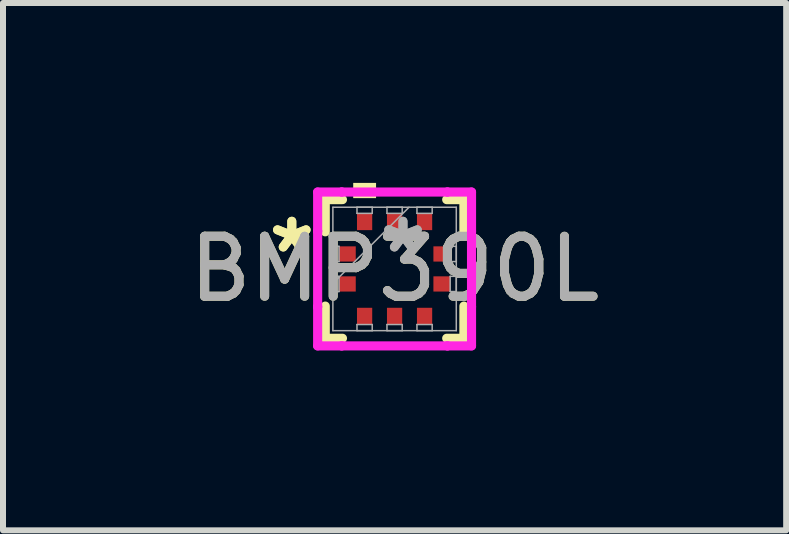
<source format=kicad_pcb>
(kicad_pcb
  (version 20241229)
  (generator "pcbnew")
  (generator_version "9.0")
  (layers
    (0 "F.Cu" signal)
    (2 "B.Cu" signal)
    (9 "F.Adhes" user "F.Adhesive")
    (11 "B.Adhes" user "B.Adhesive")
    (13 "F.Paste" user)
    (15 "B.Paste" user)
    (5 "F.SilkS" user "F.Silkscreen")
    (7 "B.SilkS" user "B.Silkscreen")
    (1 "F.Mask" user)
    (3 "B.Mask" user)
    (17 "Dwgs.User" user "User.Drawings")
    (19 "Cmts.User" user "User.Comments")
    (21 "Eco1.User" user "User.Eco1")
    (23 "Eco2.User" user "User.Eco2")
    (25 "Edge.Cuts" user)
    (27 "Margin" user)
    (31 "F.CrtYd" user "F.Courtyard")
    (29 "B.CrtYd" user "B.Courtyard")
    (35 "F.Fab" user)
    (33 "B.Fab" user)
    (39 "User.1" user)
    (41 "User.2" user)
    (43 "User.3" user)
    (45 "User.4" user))
  (footprint "BMP390L"
    (layer "F.Cu")
    (at 3.53 1.435)
    (property "Reference" "BMP390L" (at 0 0 0) (unlocked yes) (layer "F.SilkS") (effects (font (size 1 1) (thickness 0.15))))
    (attr smd)
    (fp_line (start -1.156 -1.156) (end -1.156 -0.619) (stroke (width 0.152) (type solid)) (layer "F.SilkS"))
    (fp_line (start -1.156 0.619) (end -1.156 1.156) (stroke (width 0.152) (type solid)) (layer "F.SilkS"))
    (fp_line (start -1.156 1.156) (end -0.869 1.156) (stroke (width 0.152) (type solid)) (layer "F.SilkS"))
    (fp_line (start -0.869 -1.156) (end -1.156 -1.156) (stroke (width 0.152) (type solid)) (layer "F.SilkS"))
    (fp_line (start 0.869 1.156) (end 1.156 1.156) (stroke (width 0.152) (type solid)) (layer "F.SilkS"))
    (fp_line (start 1.156 -1.156) (end 0.869 -1.156) (stroke (width 0.152) (type solid)) (layer "F.SilkS"))
    (fp_line (start 1.156 -0.619) (end 1.156 -1.156) (stroke (width 0.152) (type solid)) (layer "F.SilkS"))
    (fp_line (start 1.156 1.156) (end 1.156 0.619) (stroke (width 0.152) (type solid)) (layer "F.SilkS"))
    (fp_poly (pts (xy -0.69 -1.181) (xy -0.69 -1.435) (xy -0.309 -1.435) (xy -0.309 -1.181)) (stroke (width 0) (type solid)) (fill yes) (layer "F.SilkS"))
    (fp_line (start -1.283 -1.283) (end -0.881 -1.283) (stroke (width 0.152) (type solid)) (layer "F.CrtYd"))
    (fp_line (start -1.283 -0.631) (end -1.283 -1.283) (stroke (width 0.152) (type solid)) (layer "F.CrtYd"))
    (fp_line (start -1.283 -0.631) (end -1.283 -0.631) (stroke (width 0.152) (type solid)) (layer "F.CrtYd"))
    (fp_line (start -1.283 0.631) (end -1.283 -0.631) (stroke (width 0.152) (type solid)) (layer "F.CrtYd"))
    (fp_line (start -1.283 0.631) (end -1.283 0.631) (stroke (width 0.152) (type solid)) (layer "F.CrtYd"))
    (fp_line (start -1.283 1.283) (end -1.283 0.631) (stroke (width 0.152) (type solid)) (layer "F.CrtYd"))
    (fp_line (start -0.881 -1.283) (end -0.881 -1.283) (stroke (width 0.152) (type solid)) (layer "F.CrtYd"))
    (fp_line (start -0.881 -1.283) (end 0.881 -1.283) (stroke (width 0.152) (type solid)) (layer "F.CrtYd"))
    (fp_line (start -0.881 1.283) (end -1.283 1.283) (stroke (width 0.152) (type solid)) (layer "F.CrtYd"))
    (fp_line (start -0.881 1.283) (end -0.881 1.283) (stroke (width 0.152) (type solid)) (layer "F.CrtYd"))
    (fp_line (start 0.881 -1.283) (end 0.881 -1.283) (stroke (width 0.152) (type solid)) (layer "F.CrtYd"))
    (fp_line (start 0.881 -1.283) (end 1.283 -1.283) (stroke (width 0.152) (type solid)) (layer "F.CrtYd"))
    (fp_line (start 0.881 1.283) (end -0.881 1.283) (stroke (width 0.152) (type solid)) (layer "F.CrtYd"))
    (fp_line (start 0.881 1.283) (end 0.881 1.283) (stroke (width 0.152) (type solid)) (layer "F.CrtYd"))
    (fp_line (start 1.283 -1.283) (end 1.283 -0.631) (stroke (width 0.152) (type solid)) (layer "F.CrtYd"))
    (fp_line (start 1.283 -0.631) (end 1.283 -0.631) (stroke (width 0.152) (type solid)) (layer "F.CrtYd"))
    (fp_line (start 1.283 -0.631) (end 1.283 0.631) (stroke (width 0.152) (type solid)) (layer "F.CrtYd"))
    (fp_line (start 1.283 0.631) (end 1.283 0.631) (stroke (width 0.152) (type solid)) (layer "F.CrtYd"))
    (fp_line (start 1.283 0.631) (end 1.283 1.283) (stroke (width 0.152) (type solid)) (layer "F.CrtYd"))
    (fp_line (start 1.283 1.283) (end 0.881 1.283) (stroke (width 0.152) (type solid)) (layer "F.CrtYd"))
    (fp_line (start -1.029 -1.029) (end -1.029 1.029) (stroke (width 0.025) (type solid)) (layer "F.Fab"))
    (fp_line (start -1.029 -0.377) (end -0.927 -0.377) (stroke (width 0.025) (type solid)) (layer "F.Fab"))
    (fp_line (start -1.029 -0.123) (end -1.029 -0.377) (stroke (width 0.025) (type solid)) (layer "F.Fab"))
    (fp_line (start -1.029 0.123) (end -0.927 0.123) (stroke (width 0.025) (type solid)) (layer "F.Fab"))
    (fp_line (start -1.029 0.241) (end 0.241 -1.029) (stroke (width 0.025) (type solid)) (layer "F.Fab"))
    (fp_line (start -1.029 0.377) (end -1.029 0.123) (stroke (width 0.025) (type solid)) (layer "F.Fab"))
    (fp_line (start -1.029 1.029) (end 1.029 1.029) (stroke (width 0.025) (type solid)) (layer "F.Fab"))
    (fp_line (start -0.927 -0.377) (end -0.927 -0.123) (stroke (width 0.025) (type solid)) (layer "F.Fab"))
    (fp_line (start -0.927 -0.123) (end -1.029 -0.123) (stroke (width 0.025) (type solid)) (layer "F.Fab"))
    (fp_line (start -0.927 0.123) (end -0.927 0.377) (stroke (width 0.025) (type solid)) (layer "F.Fab"))
    (fp_line (start -0.927 0.377) (end -1.029 0.377) (stroke (width 0.025) (type solid)) (layer "F.Fab"))
    (fp_line (start -0.627 -1.029) (end -0.373 -1.029) (stroke (width 0.025) (type solid)) (layer "F.Fab"))
    (fp_line (start -0.627 -0.927) (end -0.627 -1.029) (stroke (width 0.025) (type solid)) (layer "F.Fab"))
    (fp_line (start -0.627 0.927) (end -0.373 0.927) (stroke (width 0.025) (type solid)) (layer "F.Fab"))
    (fp_line (start -0.627 1.029) (end -0.627 0.927) (stroke (width 0.025) (type solid)) (layer "F.Fab"))
    (fp_line (start -0.373 -1.029) (end -0.373 -0.927) (stroke (width 0.025) (type solid)) (layer "F.Fab"))
    (fp_line (start -0.373 -0.927) (end -0.627 -0.927) (stroke (width 0.025) (type solid)) (layer "F.Fab"))
    (fp_line (start -0.373 0.927) (end -0.373 1.029) (stroke (width 0.025) (type solid)) (layer "F.Fab"))
    (fp_line (start -0.373 1.029) (end -0.627 1.029) (stroke (width 0.025) (type solid)) (layer "F.Fab"))
    (fp_line (start -0.127 -1.029) (end 0.127 -1.029) (stroke (width 0.025) (type solid)) (layer "F.Fab"))
    (fp_line (start -0.127 -0.927) (end -0.127 -1.029) (stroke (width 0.025) (type solid)) (layer "F.Fab"))
    (fp_line (start -0.127 0.927) (end 0.127 0.927) (stroke (width 0.025) (type solid)) (layer "F.Fab"))
    (fp_line (start -0.127 1.029) (end -0.127 0.927) (stroke (width 0.025) (type solid)) (layer "F.Fab"))
    (fp_line (start 0.127 -1.029) (end 0.127 -0.927) (stroke (width 0.025) (type solid)) (layer "F.Fab"))
    (fp_line (start 0.127 -0.927) (end -0.127 -0.927) (stroke (width 0.025) (type solid)) (layer "F.Fab"))
    (fp_line (start 0.127 0.927) (end 0.127 1.029) (stroke (width 0.025) (type solid)) (layer "F.Fab"))
    (fp_line (start 0.127 1.029) (end -0.127 1.029) (stroke (width 0.025) (type solid)) (layer "F.Fab"))
    (fp_line (start 0.373 -1.029) (end 0.627 -1.029) (stroke (width 0.025) (type solid)) (layer "F.Fab"))
    (fp_line (start 0.373 -0.927) (end 0.373 -1.029) (stroke (width 0.025) (type solid)) (layer "F.Fab"))
    (fp_line (start 0.373 0.927) (end 0.627 0.927) (stroke (width 0.025) (type solid)) (layer "F.Fab"))
    (fp_line (start 0.373 1.029) (end 0.373 0.927) (stroke (width 0.025) (type solid)) (layer "F.Fab"))
    (fp_line (start 0.627 -1.029) (end 0.627 -0.927) (stroke (width 0.025) (type solid)) (layer "F.Fab"))
    (fp_line (start 0.627 -0.927) (end 0.373 -0.927) (stroke (width 0.025) (type solid)) (layer "F.Fab"))
    (fp_line (start 0.627 0.927) (end 0.627 1.029) (stroke (width 0.025) (type solid)) (layer "F.Fab"))
    (fp_line (start 0.627 1.029) (end 0.373 1.029) (stroke (width 0.025) (type solid)) (layer "F.Fab"))
    (fp_line (start 0.927 -0.377) (end 1.029 -0.377) (stroke (width 0.025) (type solid)) (layer "F.Fab"))
    (fp_line (start 0.927 -0.123) (end 0.927 -0.377) (stroke (width 0.025) (type solid)) (layer "F.Fab"))
    (fp_line (start 0.927 0.123) (end 1.029 0.123) (stroke (width 0.025) (type solid)) (layer "F.Fab"))
    (fp_line (start 0.927 0.377) (end 0.927 0.123) (stroke (width 0.025) (type solid)) (layer "F.Fab"))
    (fp_line (start 1.029 -1.029) (end -1.029 -1.029) (stroke (width 0.025) (type solid)) (layer "F.Fab"))
    (fp_line (start 1.029 -0.377) (end 1.029 -0.123) (stroke (width 0.025) (type solid)) (layer "F.Fab"))
    (fp_line (start 1.029 -0.123) (end 0.927 -0.123) (stroke (width 0.025) (type solid)) (layer "F.Fab"))
    (fp_line (start 1.029 0.123) (end 1.029 0.377) (stroke (width 0.025) (type solid)) (layer "F.Fab"))
    (fp_line (start 1.029 0.377) (end 0.927 0.377) (stroke (width 0.025) (type solid)) (layer "F.Fab"))
    (fp_line (start 1.029 1.029) (end 1.029 -1.029) (stroke (width 0.025) (type solid)) (layer "F.Fab"))
    (fp_text user "*" (at -1.714 -0.25 0) (unlocked yes) (layer "F.SilkS") (effects (font (size 1 1) (thickness 0.15))))
    (fp_text user "*" (at -1.714 -0.25 0) (layer "F.SilkS") (effects (font (size 1 1) (thickness 0.15))))
    (fp_text user "*" (at 0.14 -0.25 0) (unlocked yes) (layer "F.Fab") (effects (font (size 1 1) (thickness 0.15))))
    (fp_text user "${REFERENCE}" (at 0 0 0) (unlocked yes) (layer "F.Fab") (effects (font (size 1 1) (thickness 0.15))))
    (fp_text user "*" (at 0.14 -0.25 0) (layer "F.Fab") (effects (font (size 1 1) (thickness 0.15))))
    (pad "1" smd rect (at -0.787 -0.25 90) (size 0.254 0.279) (layers "F.Cu" "F.Mask" "F.Paste"))
    (pad "2" smd rect (at -0.787 0.25 90) (size 0.254 0.279) (layers "F.Cu" "F.Mask" "F.Paste"))
    (pad "3" smd rect (at -0.5 0.787) (size 0.254 0.279) (layers "F.Cu" "F.Mask" "F.Paste"))
    (pad "4" smd rect (at 0 0.787) (size 0.254 0.279) (layers "F.Cu" "F.Mask" "F.Paste"))
    (pad "5" smd rect (at 0.5 0.787) (size 0.254 0.279) (layers "F.Cu" "F.Mask" "F.Paste"))
    (pad "6" smd rect (at 0.787 0.25 90) (size 0.254 0.279) (layers "F.Cu" "F.Mask" "F.Paste"))
    (pad "7" smd rect (at 0.787 -0.25 90) (size 0.254 0.279) (layers "F.Cu" "F.Mask" "F.Paste"))
    (pad "8" smd rect (at 0.5 -0.787) (size 0.254 0.279) (layers "F.Cu" "F.Mask" "F.Paste"))
    (pad "9" smd rect (at 0 -0.787) (size 0.254 0.279) (layers "F.Cu" "F.Mask" "F.Paste"))
    (pad "10" smd rect (at -0.5 -0.787) (size 0.254 0.279) (layers "F.Cu" "F.Mask" "F.Paste")))
  (gr_rect
    (start -3 -3)
    (end 10.06 5.794)
    (stroke (width 0.1) (type default))
    (fill no)
    (layer "Edge.Cuts")))
</source>
